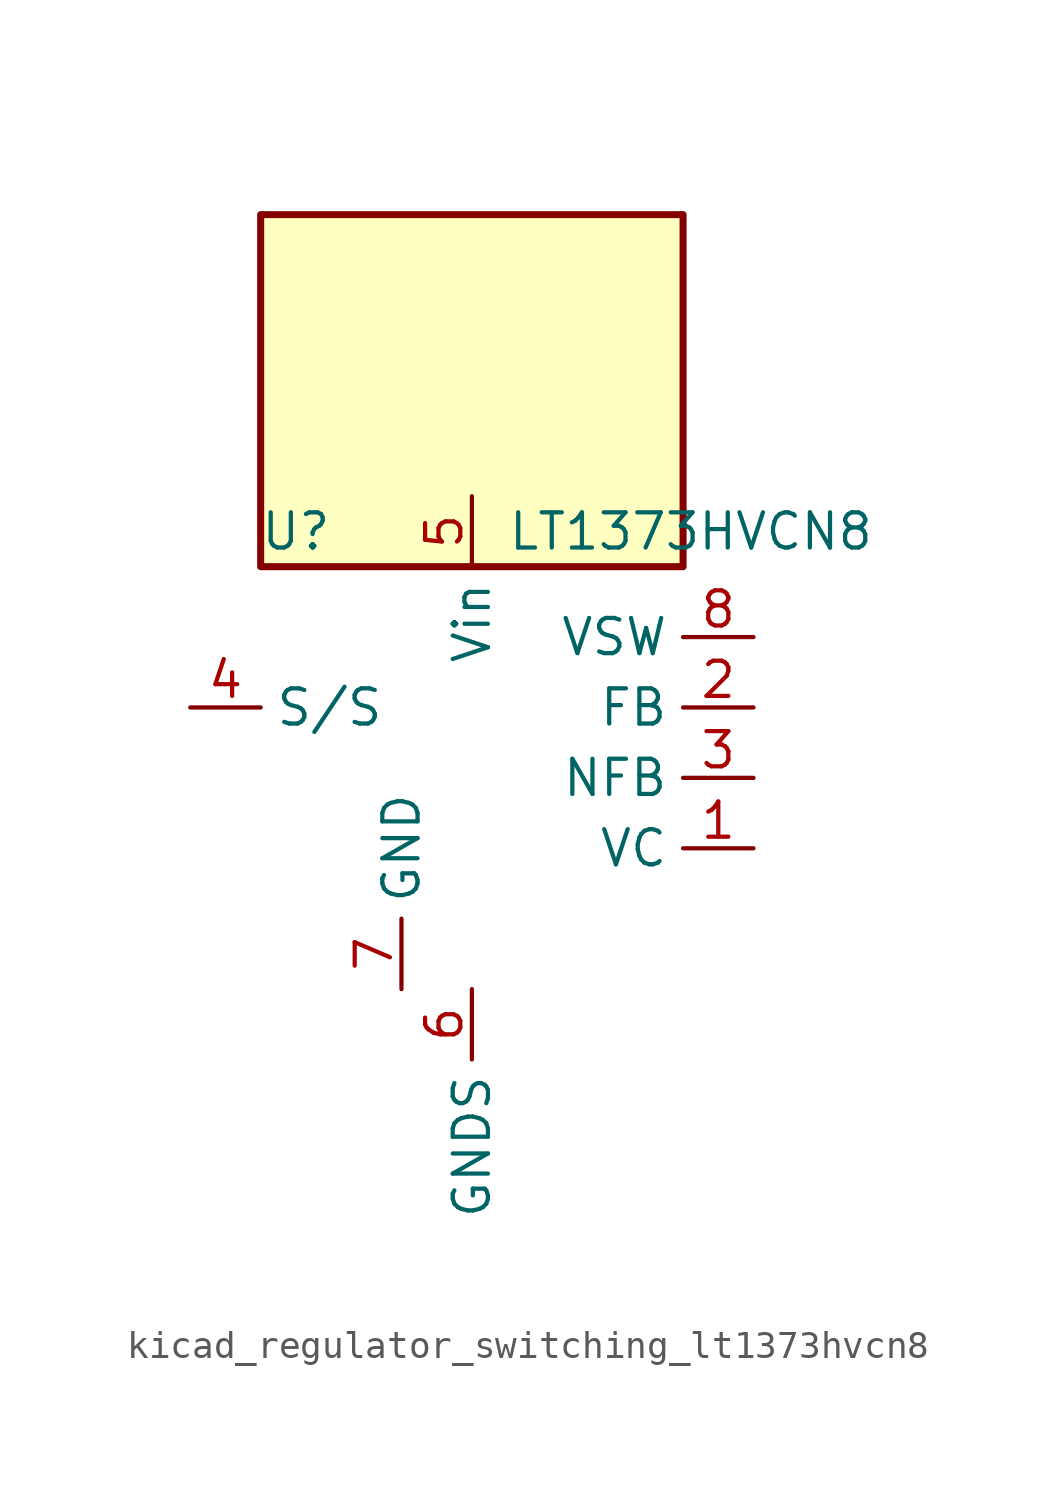
<source format=kicad_sym>
(kicad_symbol_lib
  (version 20220914)
  (generator kicad_symbol_editor)
  (symbol "kicad_regulator_switching_lt1373hvcn8"
    (property "Reference" "U"
      (at -6.35 8.89 0)
      (effects (font (size 1.27 1.27))))
    (property "Value" "LT1373HVCN8"
      (at 1.27 8.89 0)
      (effects (font (size 1.27 1.27)) (justify left)))
    (symbol "kicad_regulator_switching_lt1373hvcn8_0_1"
      (rectangle (start 7.62 20.32) (end -7.62 7.62) (stroke (width 0.254) (type default)) (fill (type background))))
    (symbol "kicad_regulator_switching_lt1373hvcn8_1_1"
      (pin passive line (at 10.16 -2.54 180) (length 2.54) (name "VC" (effects (font (size 1.27 1.27)))) (number "1" (effects (font (size 1.27 1.27)))))
      (pin passive line (at 10.16 2.54 180) (length 2.54) (name "FB" (effects (font (size 1.27 1.27)))) (number "2" (effects (font (size 1.27 1.27)))))
      (pin input line (at 10.16 0 180) (length 2.54) (name "NFB" (effects (font (size 1.27 1.27)))) (number "3" (effects (font (size 1.27 1.27)))))
      (pin input line (at -10.16 2.54 0) (length 2.54) (name "S/S" (effects (font (size 1.27 1.27)))) (number "4" (effects (font (size 1.27 1.27)))))
      (pin power_in line (at 0 10.16 270) (length 2.54) (name "Vin" (effects (font (size 1.27 1.27)))) (number "5" (effects (font (size 1.27 1.27)))))
      (pin power_in line (at 0 -7.62 270) (length 2.54) (name "GNDS" (effects (font (size 1.27 1.27)))) (number "6" (effects (font (size 1.27 1.27)))))
      (pin power_in line (at -2.54 -7.62 90) (length 2.54) (name "GND" (effects (font (size 1.27 1.27)))) (number "7" (effects (font (size 1.27 1.27)))))
      (pin output line (at 10.16 5.08 180) (length 2.54) (name "VSW" (effects (font (size 1.27 1.27)))) (number "8" (effects (font (size 1.27 1.27))))))))
</source>
